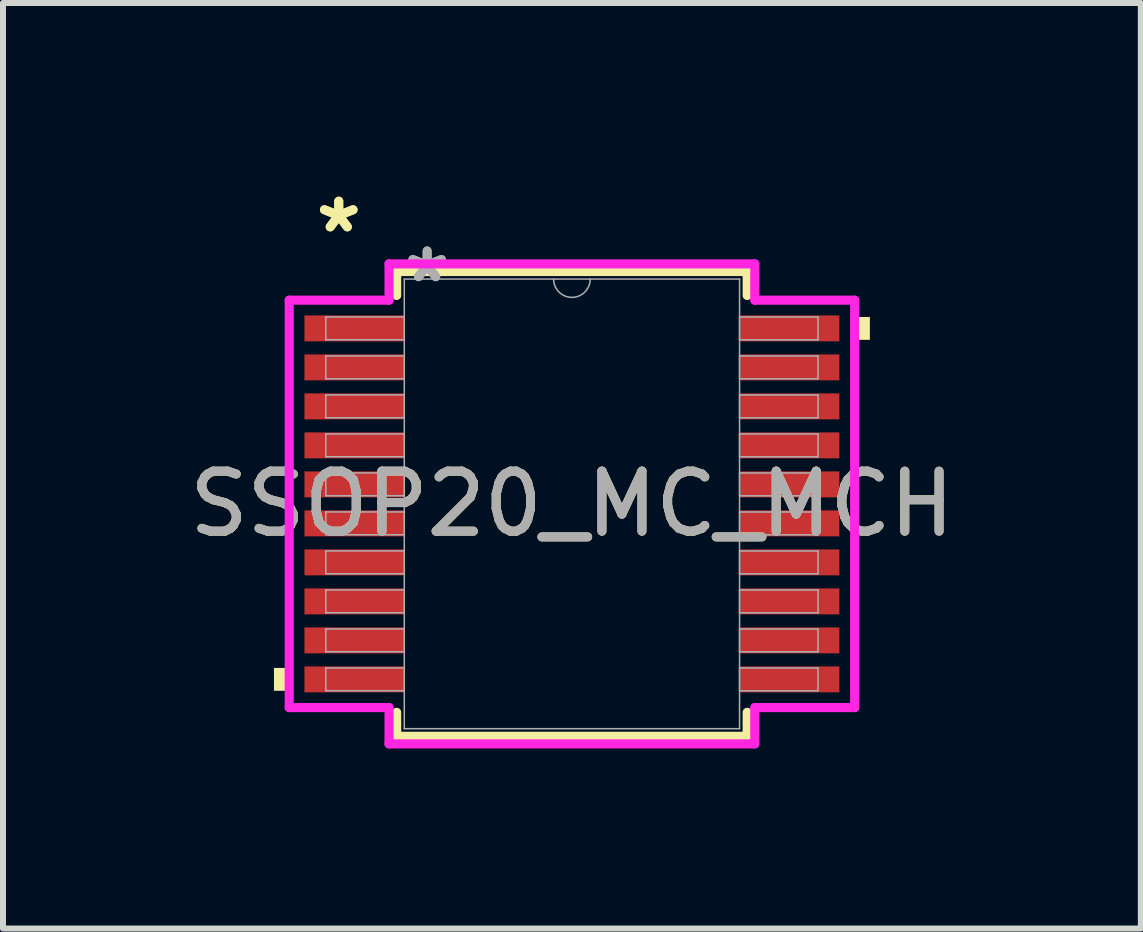
<source format=kicad_pcb>
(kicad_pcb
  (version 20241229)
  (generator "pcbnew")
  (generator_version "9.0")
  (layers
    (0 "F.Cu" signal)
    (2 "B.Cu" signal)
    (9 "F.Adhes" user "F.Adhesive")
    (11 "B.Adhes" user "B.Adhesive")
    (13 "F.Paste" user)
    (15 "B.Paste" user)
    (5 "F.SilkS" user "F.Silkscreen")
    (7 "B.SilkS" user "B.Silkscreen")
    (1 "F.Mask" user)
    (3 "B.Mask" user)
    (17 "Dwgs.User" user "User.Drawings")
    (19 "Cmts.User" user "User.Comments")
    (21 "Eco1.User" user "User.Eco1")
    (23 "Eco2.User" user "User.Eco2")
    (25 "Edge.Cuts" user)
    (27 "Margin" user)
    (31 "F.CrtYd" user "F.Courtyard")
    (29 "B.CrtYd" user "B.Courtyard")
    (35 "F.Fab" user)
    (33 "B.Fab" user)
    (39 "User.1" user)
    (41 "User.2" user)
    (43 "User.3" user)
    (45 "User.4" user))
  (footprint "SSOP20_MC_MCH"
    (layer "F.Cu")
    (at 6.482 5.348)
    (property "Reference" "SSOP20_MC_MCH" (at 0 0 0) (unlocked yes) (layer "F.SilkS") (effects (font (size 1 1) (thickness 0.15))))
    (attr smd)
    (fp_line (start -2.921 -3.873) (end -2.921 -3.474) (stroke (width 0.152) (type solid)) (layer "F.SilkS"))
    (fp_line (start -2.921 3.474) (end -2.921 3.873) (stroke (width 0.152) (type solid)) (layer "F.SilkS"))
    (fp_line (start -2.921 3.873) (end 2.921 3.873) (stroke (width 0.152) (type solid)) (layer "F.SilkS"))
    (fp_line (start 2.921 -3.873) (end -2.921 -3.873) (stroke (width 0.152) (type solid)) (layer "F.SilkS"))
    (fp_line (start 2.921 -3.474) (end 2.921 -3.873) (stroke (width 0.152) (type solid)) (layer "F.SilkS"))
    (fp_line (start 2.921 3.873) (end 2.921 3.474) (stroke (width 0.152) (type solid)) (layer "F.SilkS"))
    (fp_poly (pts (xy -4.966 2.734) (xy -4.966 3.115) (xy -4.712 3.115) (xy -4.712 2.734)) (stroke (width 0) (type solid)) (fill yes) (layer "F.SilkS"))
    (fp_poly (pts (xy 4.966 -3.115) (xy 4.966 -2.734) (xy 4.712 -2.734) (xy 4.712 -3.115)) (stroke (width 0) (type solid)) (fill yes) (layer "F.SilkS"))
    (fp_line (start -4.712 -3.395) (end -3.048 -3.395) (stroke (width 0.152) (type solid)) (layer "F.CrtYd"))
    (fp_line (start -4.712 3.395) (end -4.712 -3.395) (stroke (width 0.152) (type solid)) (layer "F.CrtYd"))
    (fp_line (start -4.712 3.395) (end -3.048 3.395) (stroke (width 0.152) (type solid)) (layer "F.CrtYd"))
    (fp_line (start -3.048 -4) (end 3.048 -4) (stroke (width 0.152) (type solid)) (layer "F.CrtYd"))
    (fp_line (start -3.048 -3.395) (end -3.048 -4) (stroke (width 0.152) (type solid)) (layer "F.CrtYd"))
    (fp_line (start -3.048 4) (end -3.048 3.395) (stroke (width 0.152) (type solid)) (layer "F.CrtYd"))
    (fp_line (start 3.048 -4) (end 3.048 -3.395) (stroke (width 0.152) (type solid)) (layer "F.CrtYd"))
    (fp_line (start 3.048 3.395) (end 3.048 4) (stroke (width 0.152) (type solid)) (layer "F.CrtYd"))
    (fp_line (start 3.048 4) (end -3.048 4) (stroke (width 0.152) (type solid)) (layer "F.CrtYd"))
    (fp_line (start 4.712 -3.395) (end 3.048 -3.395) (stroke (width 0.152) (type solid)) (layer "F.CrtYd"))
    (fp_line (start 4.712 -3.395) (end 4.712 3.395) (stroke (width 0.152) (type solid)) (layer "F.CrtYd"))
    (fp_line (start 4.712 3.395) (end 3.048 3.395) (stroke (width 0.152) (type solid)) (layer "F.CrtYd"))
    (fp_line (start -4.102 -3.116) (end -4.102 -2.735) (stroke (width 0.025) (type solid)) (layer "F.Fab"))
    (fp_line (start -4.102 -2.735) (end -2.794 -2.735) (stroke (width 0.025) (type solid)) (layer "F.Fab"))
    (fp_line (start -4.102 -2.466) (end -4.102 -2.084) (stroke (width 0.025) (type solid)) (layer "F.Fab"))
    (fp_line (start -4.102 -2.084) (end -2.794 -2.084) (stroke (width 0.025) (type solid)) (layer "F.Fab"))
    (fp_line (start -4.102 -1.816) (end -4.102 -1.435) (stroke (width 0.025) (type solid)) (layer "F.Fab"))
    (fp_line (start -4.102 -1.435) (end -2.794 -1.435) (stroke (width 0.025) (type solid)) (layer "F.Fab"))
    (fp_line (start -4.102 -1.166) (end -4.102 -0.785) (stroke (width 0.025) (type solid)) (layer "F.Fab"))
    (fp_line (start -4.102 -0.785) (end -2.794 -0.785) (stroke (width 0.025) (type solid)) (layer "F.Fab"))
    (fp_line (start -4.102 -0.516) (end -4.102 -0.135) (stroke (width 0.025) (type solid)) (layer "F.Fab"))
    (fp_line (start -4.102 -0.135) (end -2.794 -0.135) (stroke (width 0.025) (type solid)) (layer "F.Fab"))
    (fp_line (start -4.102 0.134) (end -4.102 0.515) (stroke (width 0.025) (type solid)) (layer "F.Fab"))
    (fp_line (start -4.102 0.515) (end -2.794 0.515) (stroke (width 0.025) (type solid)) (layer "F.Fab"))
    (fp_line (start -4.102 0.784) (end -4.102 1.165) (stroke (width 0.025) (type solid)) (layer "F.Fab"))
    (fp_line (start -4.102 1.165) (end -2.794 1.165) (stroke (width 0.025) (type solid)) (layer "F.Fab"))
    (fp_line (start -4.102 1.434) (end -4.102 1.815) (stroke (width 0.025) (type solid)) (layer "F.Fab"))
    (fp_line (start -4.102 1.815) (end -2.794 1.815) (stroke (width 0.025) (type solid)) (layer "F.Fab"))
    (fp_line (start -4.102 2.084) (end -4.102 2.465) (stroke (width 0.025) (type solid)) (layer "F.Fab"))
    (fp_line (start -4.102 2.465) (end -2.794 2.465) (stroke (width 0.025) (type solid)) (layer "F.Fab"))
    (fp_line (start -4.102 2.734) (end -4.102 3.115) (stroke (width 0.025) (type solid)) (layer "F.Fab"))
    (fp_line (start -4.102 3.115) (end -2.794 3.115) (stroke (width 0.025) (type solid)) (layer "F.Fab"))
    (fp_line (start -2.794 -3.747) (end -2.794 3.747) (stroke (width 0.025) (type solid)) (layer "F.Fab"))
    (fp_line (start -2.794 -3.116) (end -4.102 -3.116) (stroke (width 0.025) (type solid)) (layer "F.Fab"))
    (fp_line (start -2.794 -2.735) (end -2.794 -3.116) (stroke (width 0.025) (type solid)) (layer "F.Fab"))
    (fp_line (start -2.794 -2.466) (end -4.102 -2.466) (stroke (width 0.025) (type solid)) (layer "F.Fab"))
    (fp_line (start -2.794 -2.084) (end -2.794 -2.466) (stroke (width 0.025) (type solid)) (layer "F.Fab"))
    (fp_line (start -2.794 -1.816) (end -4.102 -1.816) (stroke (width 0.025) (type solid)) (layer "F.Fab"))
    (fp_line (start -2.794 -1.435) (end -2.794 -1.816) (stroke (width 0.025) (type solid)) (layer "F.Fab"))
    (fp_line (start -2.794 -1.166) (end -4.102 -1.166) (stroke (width 0.025) (type solid)) (layer "F.Fab"))
    (fp_line (start -2.794 -0.785) (end -2.794 -1.166) (stroke (width 0.025) (type solid)) (layer "F.Fab"))
    (fp_line (start -2.794 -0.516) (end -4.102 -0.516) (stroke (width 0.025) (type solid)) (layer "F.Fab"))
    (fp_line (start -2.794 -0.135) (end -2.794 -0.516) (stroke (width 0.025) (type solid)) (layer "F.Fab"))
    (fp_line (start -2.794 0.134) (end -4.102 0.134) (stroke (width 0.025) (type solid)) (layer "F.Fab"))
    (fp_line (start -2.794 0.515) (end -2.794 0.134) (stroke (width 0.025) (type solid)) (layer "F.Fab"))
    (fp_line (start -2.794 0.784) (end -4.102 0.784) (stroke (width 0.025) (type solid)) (layer "F.Fab"))
    (fp_line (start -2.794 1.165) (end -2.794 0.784) (stroke (width 0.025) (type solid)) (layer "F.Fab"))
    (fp_line (start -2.794 1.434) (end -4.102 1.434) (stroke (width 0.025) (type solid)) (layer "F.Fab"))
    (fp_line (start -2.794 1.815) (end -2.794 1.434) (stroke (width 0.025) (type solid)) (layer "F.Fab"))
    (fp_line (start -2.794 2.084) (end -4.102 2.084) (stroke (width 0.025) (type solid)) (layer "F.Fab"))
    (fp_line (start -2.794 2.465) (end -2.794 2.084) (stroke (width 0.025) (type solid)) (layer "F.Fab"))
    (fp_line (start -2.794 2.734) (end -4.102 2.734) (stroke (width 0.025) (type solid)) (layer "F.Fab"))
    (fp_line (start -2.794 3.115) (end -2.794 2.734) (stroke (width 0.025) (type solid)) (layer "F.Fab"))
    (fp_line (start -2.794 3.747) (end 2.794 3.747) (stroke (width 0.025) (type solid)) (layer "F.Fab"))
    (fp_line (start 2.794 -3.747) (end -2.794 -3.747) (stroke (width 0.025) (type solid)) (layer "F.Fab"))
    (fp_line (start 2.794 -3.115) (end 2.794 -2.734) (stroke (width 0.025) (type solid)) (layer "F.Fab"))
    (fp_line (start 2.794 -2.734) (end 4.102 -2.734) (stroke (width 0.025) (type solid)) (layer "F.Fab"))
    (fp_line (start 2.794 -2.465) (end 2.794 -2.084) (stroke (width 0.025) (type solid)) (layer "F.Fab"))
    (fp_line (start 2.794 -2.084) (end 4.102 -2.084) (stroke (width 0.025) (type solid)) (layer "F.Fab"))
    (fp_line (start 2.794 -1.815) (end 2.794 -1.434) (stroke (width 0.025) (type solid)) (layer "F.Fab"))
    (fp_line (start 2.794 -1.434) (end 4.102 -1.434) (stroke (width 0.025) (type solid)) (layer "F.Fab"))
    (fp_line (start 2.794 -1.165) (end 2.794 -0.784) (stroke (width 0.025) (type solid)) (layer "F.Fab"))
    (fp_line (start 2.794 -0.784) (end 4.102 -0.784) (stroke (width 0.025) (type solid)) (layer "F.Fab"))
    (fp_line (start 2.794 -0.515) (end 2.794 -0.134) (stroke (width 0.025) (type solid)) (layer "F.Fab"))
    (fp_line (start 2.794 -0.134) (end 4.102 -0.134) (stroke (width 0.025) (type solid)) (layer "F.Fab"))
    (fp_line (start 2.794 0.135) (end 2.794 0.516) (stroke (width 0.025) (type solid)) (layer "F.Fab"))
    (fp_line (start 2.794 0.516) (end 4.102 0.516) (stroke (width 0.025) (type solid)) (layer "F.Fab"))
    (fp_line (start 2.794 0.785) (end 2.794 1.166) (stroke (width 0.025) (type solid)) (layer "F.Fab"))
    (fp_line (start 2.794 1.166) (end 4.102 1.166) (stroke (width 0.025) (type solid)) (layer "F.Fab"))
    (fp_line (start 2.794 1.435) (end 2.794 1.816) (stroke (width 0.025) (type solid)) (layer "F.Fab"))
    (fp_line (start 2.794 1.816) (end 4.102 1.816) (stroke (width 0.025) (type solid)) (layer "F.Fab"))
    (fp_line (start 2.794 2.085) (end 2.794 2.466) (stroke (width 0.025) (type solid)) (layer "F.Fab"))
    (fp_line (start 2.794 2.466) (end 4.102 2.466) (stroke (width 0.025) (type solid)) (layer "F.Fab"))
    (fp_line (start 2.794 2.735) (end 2.794 3.116) (stroke (width 0.025) (type solid)) (layer "F.Fab"))
    (fp_line (start 2.794 3.116) (end 4.102 3.116) (stroke (width 0.025) (type solid)) (layer "F.Fab"))
    (fp_line (start 2.794 3.747) (end 2.794 -3.747) (stroke (width 0.025) (type solid)) (layer "F.Fab"))
    (fp_line (start 4.102 -3.115) (end 2.794 -3.115) (stroke (width 0.025) (type solid)) (layer "F.Fab"))
    (fp_line (start 4.102 -2.734) (end 4.102 -3.115) (stroke (width 0.025) (type solid)) (layer "F.Fab"))
    (fp_line (start 4.102 -2.465) (end 2.794 -2.465) (stroke (width 0.025) (type solid)) (layer "F.Fab"))
    (fp_line (start 4.102 -2.084) (end 4.102 -2.465) (stroke (width 0.025) (type solid)) (layer "F.Fab"))
    (fp_line (start 4.102 -1.815) (end 2.794 -1.815) (stroke (width 0.025) (type solid)) (layer "F.Fab"))
    (fp_line (start 4.102 -1.434) (end 4.102 -1.815) (stroke (width 0.025) (type solid)) (layer "F.Fab"))
    (fp_line (start 4.102 -1.165) (end 2.794 -1.165) (stroke (width 0.025) (type solid)) (layer "F.Fab"))
    (fp_line (start 4.102 -0.784) (end 4.102 -1.165) (stroke (width 0.025) (type solid)) (layer "F.Fab"))
    (fp_line (start 4.102 -0.515) (end 2.794 -0.515) (stroke (width 0.025) (type solid)) (layer "F.Fab"))
    (fp_line (start 4.102 -0.134) (end 4.102 -0.515) (stroke (width 0.025) (type solid)) (layer "F.Fab"))
    (fp_line (start 4.102 0.135) (end 2.794 0.135) (stroke (width 0.025) (type solid)) (layer "F.Fab"))
    (fp_line (start 4.102 0.516) (end 4.102 0.135) (stroke (width 0.025) (type solid)) (layer "F.Fab"))
    (fp_line (start 4.102 0.785) (end 2.794 0.785) (stroke (width 0.025) (type solid)) (layer "F.Fab"))
    (fp_line (start 4.102 1.166) (end 4.102 0.785) (stroke (width 0.025) (type solid)) (layer "F.Fab"))
    (fp_line (start 4.102 1.435) (end 2.794 1.435) (stroke (width 0.025) (type solid)) (layer "F.Fab"))
    (fp_line (start 4.102 1.816) (end 4.102 1.435) (stroke (width 0.025) (type solid)) (layer "F.Fab"))
    (fp_line (start 4.102 2.085) (end 2.794 2.085) (stroke (width 0.025) (type solid)) (layer "F.Fab"))
    (fp_line (start 4.102 2.466) (end 4.102 2.085) (stroke (width 0.025) (type solid)) (layer "F.Fab"))
    (fp_line (start 4.102 2.735) (end 2.794 2.735) (stroke (width 0.025) (type solid)) (layer "F.Fab"))
    (fp_line (start 4.102 3.116) (end 4.102 2.735) (stroke (width 0.025) (type solid)) (layer "F.Fab"))
    (fp_arc (start 0.3048 -3.7465) (mid 0 -3.4417) (end -0.3048 -3.7465) (stroke (width 0.0254) (type solid)) (layer "F.Fab"))
    (fp_text user "*" (at -3.886 -4.5 0) (layer "F.SilkS") (effects (font (size 1 1) (thickness 0.15))))
    (fp_text user "*" (at -3.886 -4.5 0) (unlocked yes) (layer "F.SilkS") (effects (font (size 1 1) (thickness 0.15))))
    (fp_text user "${REFERENCE}" (at 0 0 0) (unlocked yes) (layer "F.Fab") (effects (font (size 1 1) (thickness 0.15))))
    (fp_text user "*" (at -2.413 -3.67 0) (layer "F.Fab") (effects (font (size 1 1) (thickness 0.15))))
    (fp_text user "*" (at -2.413 -3.67 0) (unlocked yes) (layer "F.Fab") (effects (font (size 1 1) (thickness 0.15))))
    (pad "1" smd rect (at -3.632 -2.925) (size 1.651 0.432) (layers "F.Cu" "F.Mask" "F.Paste"))
    (pad "2" smd rect (at -3.632 -2.275) (size 1.651 0.432) (layers "F.Cu" "F.Mask" "F.Paste"))
    (pad "3" smd rect (at -3.632 -1.625) (size 1.651 0.432) (layers "F.Cu" "F.Mask" "F.Paste"))
    (pad "4" smd rect (at -3.632 -0.975) (size 1.651 0.432) (layers "F.Cu" "F.Mask" "F.Paste"))
    (pad "5" smd rect (at -3.632 -0.325) (size 1.651 0.432) (layers "F.Cu" "F.Mask" "F.Paste"))
    (pad "6" smd rect (at -3.632 0.325) (size 1.651 0.432) (layers "F.Cu" "F.Mask" "F.Paste"))
    (pad "7" smd rect (at -3.632 0.975) (size 1.651 0.432) (layers "F.Cu" "F.Mask" "F.Paste"))
    (pad "8" smd rect (at -3.632 1.625) (size 1.651 0.432) (layers "F.Cu" "F.Mask" "F.Paste"))
    (pad "9" smd rect (at -3.632 2.275) (size 1.651 0.432) (layers "F.Cu" "F.Mask" "F.Paste"))
    (pad "10" smd rect (at -3.632 2.925) (size 1.651 0.432) (layers "F.Cu" "F.Mask" "F.Paste"))
    (pad "11" smd rect (at 3.632 2.925) (size 1.651 0.432) (layers "F.Cu" "F.Mask" "F.Paste"))
    (pad "12" smd rect (at 3.632 2.275) (size 1.651 0.432) (layers "F.Cu" "F.Mask" "F.Paste"))
    (pad "13" smd rect (at 3.632 1.625) (size 1.651 0.432) (layers "F.Cu" "F.Mask" "F.Paste"))
    (pad "14" smd rect (at 3.632 0.975) (size 1.651 0.432) (layers "F.Cu" "F.Mask" "F.Paste"))
    (pad "15" smd rect (at 3.632 0.325) (size 1.651 0.432) (layers "F.Cu" "F.Mask" "F.Paste"))
    (pad "16" smd rect (at 3.632 -0.325) (size 1.651 0.432) (layers "F.Cu" "F.Mask" "F.Paste"))
    (pad "17" smd rect (at 3.632 -0.975) (size 1.651 0.432) (layers "F.Cu" "F.Mask" "F.Paste"))
    (pad "18" smd rect (at 3.632 -1.625) (size 1.651 0.432) (layers "F.Cu" "F.Mask" "F.Paste"))
    (pad "19" smd rect (at 3.632 -2.275) (size 1.651 0.432) (layers "F.Cu" "F.Mask" "F.Paste"))
    (pad "20" smd rect (at 3.632 -2.925) (size 1.651 0.432) (layers "F.Cu" "F.Mask" "F.Paste")))
  (gr_rect
    (start -3 -3)
    (end 15.964 12.425)
    (stroke (width 0.1) (type default))
    (fill no)
    (layer "Edge.Cuts")))
</source>
